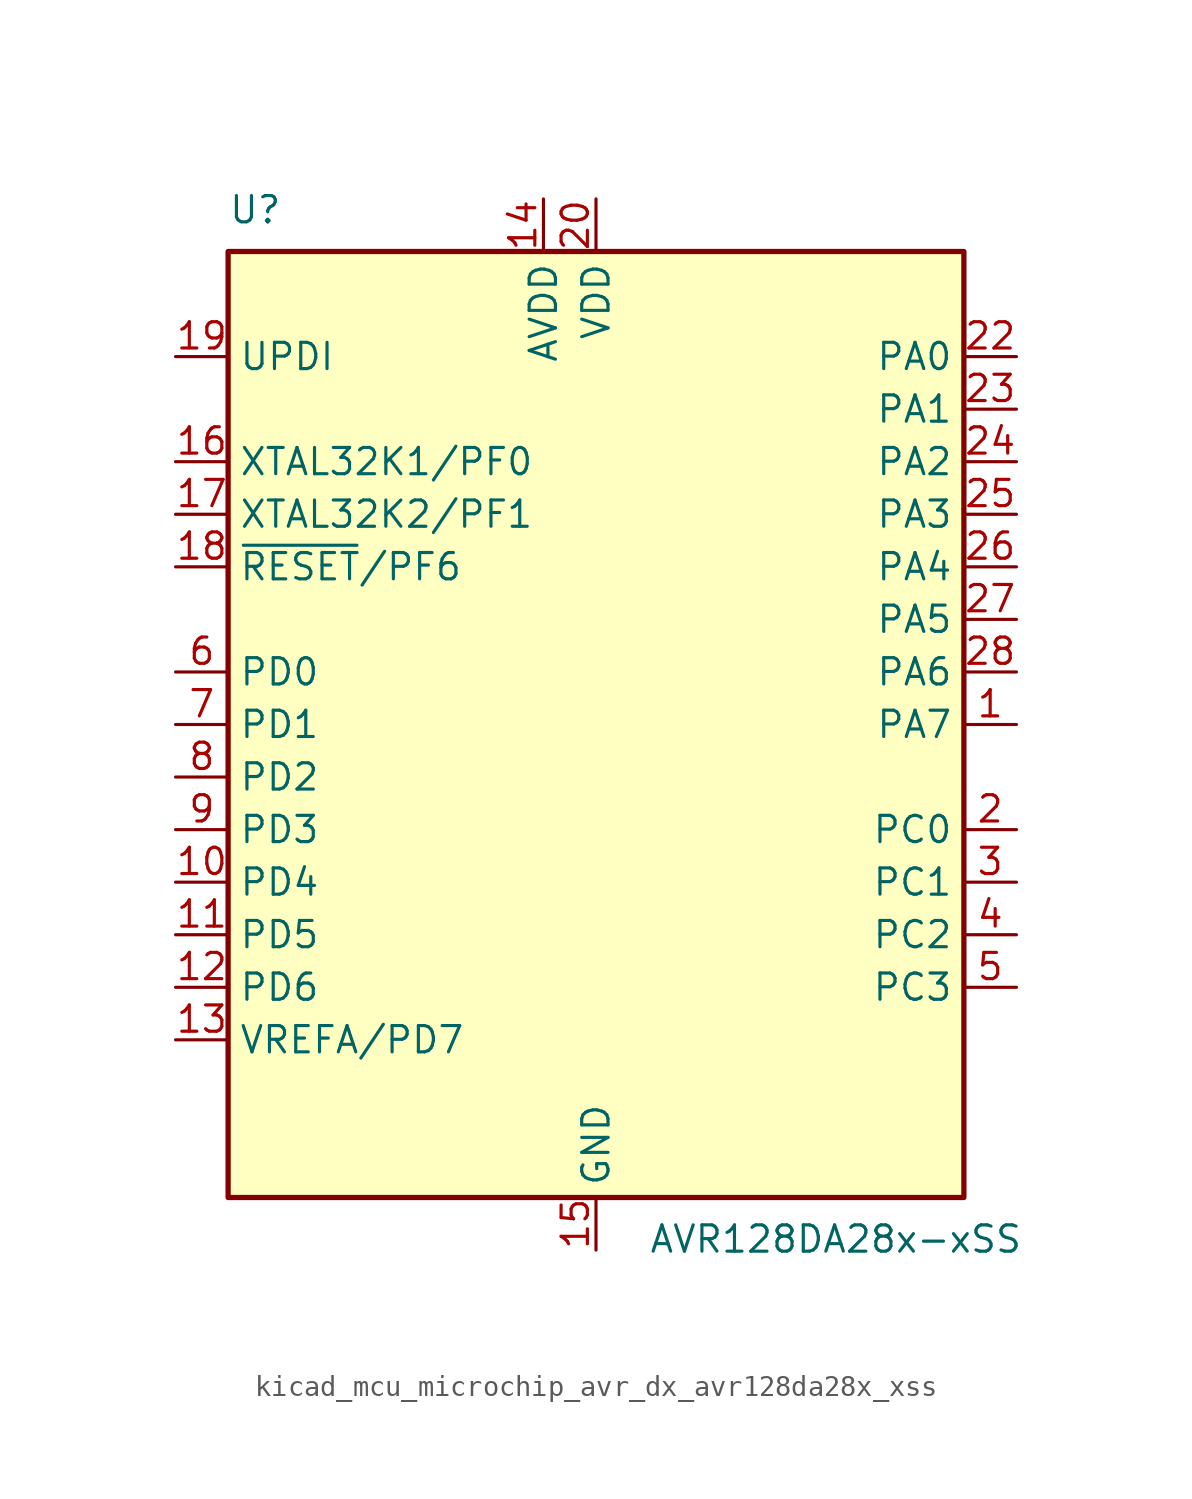
<source format=kicad_sym>
(kicad_symbol_lib
  (version 20220914)
  (generator kicad_symbol_editor)
  (symbol "kicad_mcu_microchip_avr_dx_avr128da28x_xss"
    (property "Reference" "U"
      (at -17.78 24.13 0)
      (effects (font (size 1.27 1.27)) (justify left bottom)))
    (property "Value" "AVR128DA28x-xSS"
      (at 2.54 -24.13 0)
      (effects (font (size 1.27 1.27)) (justify left top)))
    (symbol "kicad_mcu_microchip_avr_dx_avr128da28x_xss_0_1"
      (rectangle (start -17.78 22.86) (end 17.78 -22.86) (stroke (width 0.254) (type default)) (fill (type background))))
    (symbol "kicad_mcu_microchip_avr_dx_avr128da28x_xss_1_1"
      (pin bidirectional line (at 20.32 0 180) (length 2.54) (name "PA7" (effects (font (size 1.27 1.27)))) (number "1" (effects (font (size 1.27 1.27)))))
      (pin bidirectional line (at -20.32 -7.62 0) (length 2.54) (name "PD4" (effects (font (size 1.27 1.27)))) (number "10" (effects (font (size 1.27 1.27)))))
      (pin bidirectional line (at -20.32 -10.16 0) (length 2.54) (name "PD5" (effects (font (size 1.27 1.27)))) (number "11" (effects (font (size 1.27 1.27)))))
      (pin bidirectional line (at -20.32 -12.7 0) (length 2.54) (name "PD6" (effects (font (size 1.27 1.27)))) (number "12" (effects (font (size 1.27 1.27)))))
      (pin bidirectional line (at -20.32 -15.24 0) (length 2.54) (name "VREFA/PD7" (effects (font (size 1.27 1.27)))) (number "13" (effects (font (size 1.27 1.27)))))
      (pin power_in line (at -2.54 25.4 270) (length 2.54) (name "AVDD" (effects (font (size 1.27 1.27)))) (number "14" (effects (font (size 1.27 1.27)))))
      (pin power_in line (at 0 -25.4 90) (length 2.54) (name "GND" (effects (font (size 1.27 1.27)))) (number "15" (effects (font (size 1.27 1.27)))))
      (pin bidirectional line (at -20.32 12.7 0) (length 2.54) (name "XTAL32K1/PF0" (effects (font (size 1.27 1.27)))) (number "16" (effects (font (size 1.27 1.27)))))
      (pin bidirectional line (at -20.32 10.16 0) (length 2.54) (name "XTAL32K2/PF1" (effects (font (size 1.27 1.27)))) (number "17" (effects (font (size 1.27 1.27)))))
      (pin bidirectional line (at -20.32 7.62 0) (length 2.54) (name "~{RESET}/PF6" (effects (font (size 1.27 1.27)))) (number "18" (effects (font (size 1.27 1.27)))))
      (pin input line (at -20.32 17.78 0) (length 2.54) (name "UPDI" (effects (font (size 1.27 1.27)))) (number "19" (effects (font (size 1.27 1.27)))))
      (pin bidirectional line (at 20.32 -5.08 180) (length 2.54) (name "PC0" (effects (font (size 1.27 1.27)))) (number "2" (effects (font (size 1.27 1.27)))))
      (pin power_in line (at 0 25.4 270) (length 2.54) (name "VDD" (effects (font (size 1.27 1.27)))) (number "20" (effects (font (size 1.27 1.27)))))
      (pin passive line (at 0 -25.4 90) (length 2.54) hide (name "GND" (effects (font (size 1.27 1.27)))) (number "21" (effects (font (size 1.27 1.27)))))
      (pin bidirectional line (at 20.32 17.78 180) (length 2.54) (name "PA0" (effects (font (size 1.27 1.27)))) (number "22" (effects (font (size 1.27 1.27)))))
      (pin bidirectional line (at 20.32 15.24 180) (length 2.54) (name "PA1" (effects (font (size 1.27 1.27)))) (number "23" (effects (font (size 1.27 1.27)))))
      (pin bidirectional line (at 20.32 12.7 180) (length 2.54) (name "PA2" (effects (font (size 1.27 1.27)))) (number "24" (effects (font (size 1.27 1.27)))))
      (pin bidirectional line (at 20.32 10.16 180) (length 2.54) (name "PA3" (effects (font (size 1.27 1.27)))) (number "25" (effects (font (size 1.27 1.27)))))
      (pin bidirectional line (at 20.32 7.62 180) (length 2.54) (name "PA4" (effects (font (size 1.27 1.27)))) (number "26" (effects (font (size 1.27 1.27)))))
      (pin bidirectional line (at 20.32 5.08 180) (length 2.54) (name "PA5" (effects (font (size 1.27 1.27)))) (number "27" (effects (font (size 1.27 1.27)))))
      (pin bidirectional line (at 20.32 2.54 180) (length 2.54) (name "PA6" (effects (font (size 1.27 1.27)))) (number "28" (effects (font (size 1.27 1.27)))))
      (pin bidirectional line (at 20.32 -7.62 180) (length 2.54) (name "PC1" (effects (font (size 1.27 1.27)))) (number "3" (effects (font (size 1.27 1.27)))))
      (pin bidirectional line (at 20.32 -10.16 180) (length 2.54) (name "PC2" (effects (font (size 1.27 1.27)))) (number "4" (effects (font (size 1.27 1.27)))))
      (pin bidirectional line (at 20.32 -12.7 180) (length 2.54) (name "PC3" (effects (font (size 1.27 1.27)))) (number "5" (effects (font (size 1.27 1.27)))))
      (pin bidirectional line (at -20.32 2.54 0) (length 2.54) (name "PD0" (effects (font (size 1.27 1.27)))) (number "6" (effects (font (size 1.27 1.27)))))
      (pin bidirectional line (at -20.32 0 0) (length 2.54) (name "PD1" (effects (font (size 1.27 1.27)))) (number "7" (effects (font (size 1.27 1.27)))))
      (pin bidirectional line (at -20.32 -2.54 0) (length 2.54) (name "PD2" (effects (font (size 1.27 1.27)))) (number "8" (effects (font (size 1.27 1.27)))))
      (pin bidirectional line (at -20.32 -5.08 0) (length 2.54) (name "PD3" (effects (font (size 1.27 1.27)))) (number "9" (effects (font (size 1.27 1.27))))))))
</source>
